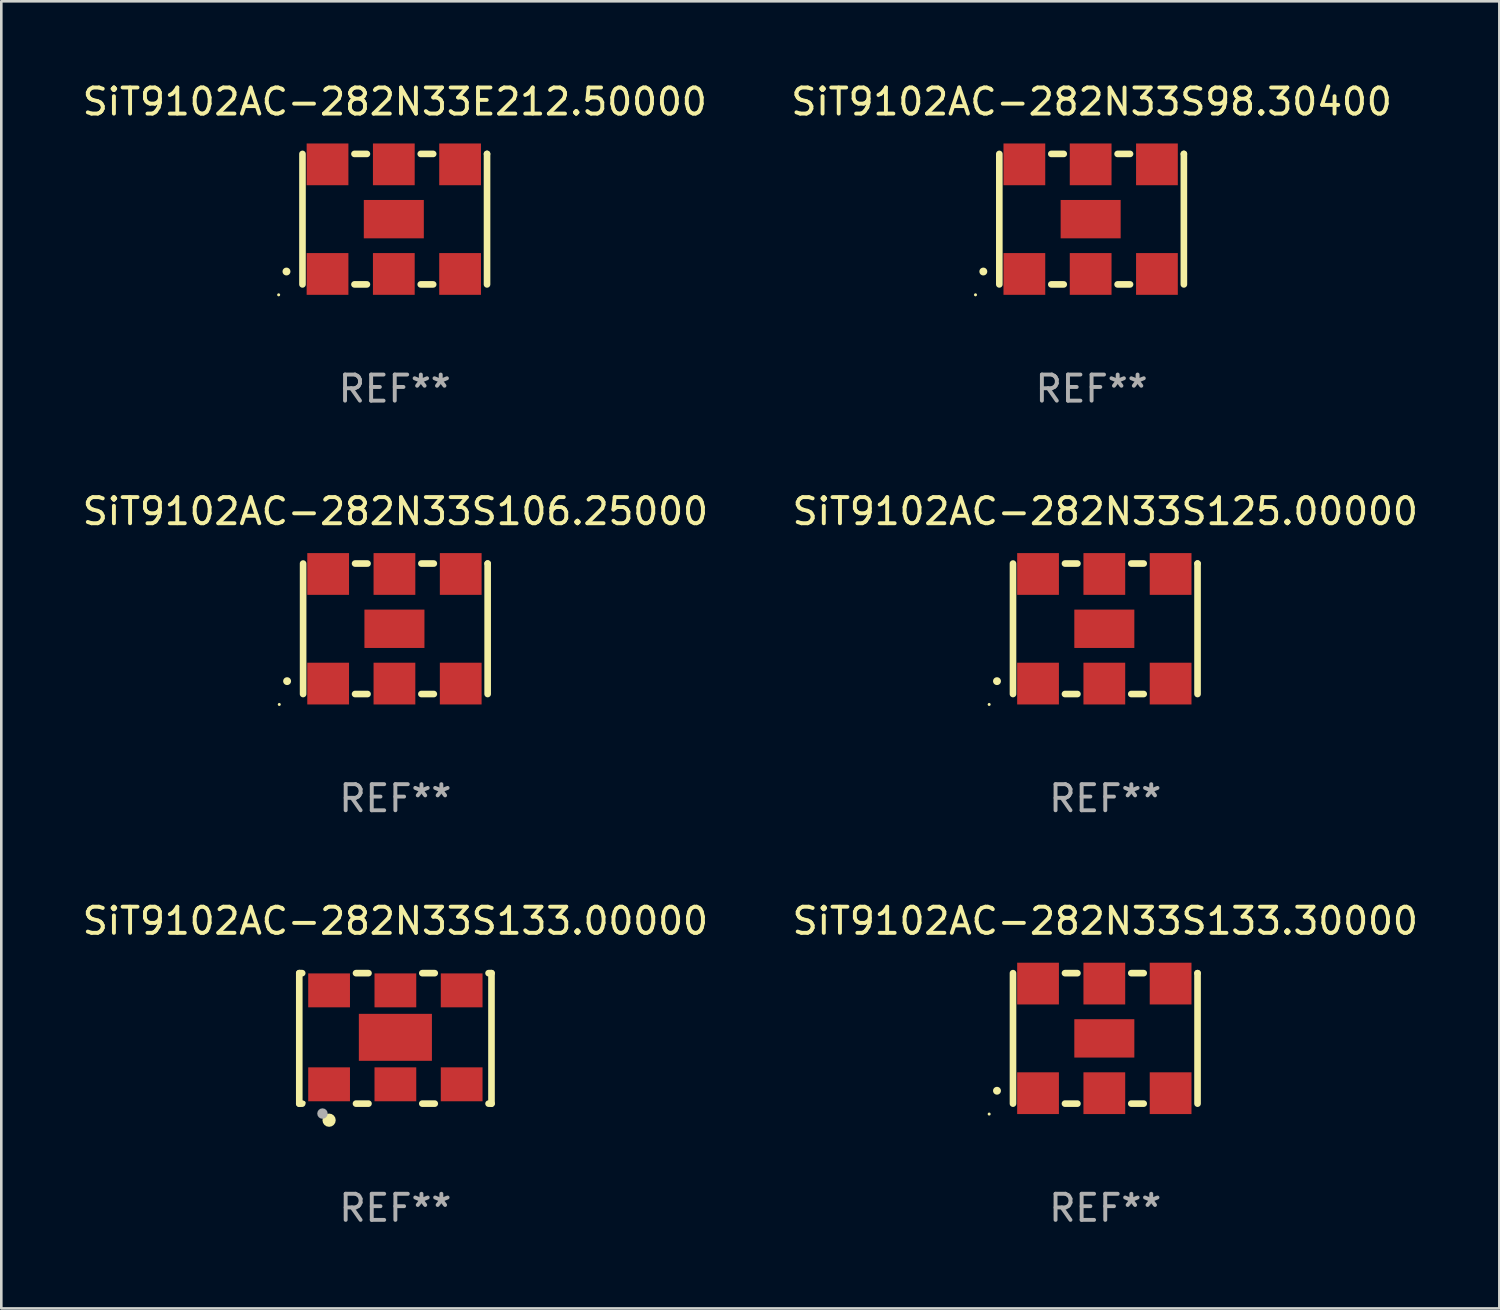
<source format=kicad_pcb>
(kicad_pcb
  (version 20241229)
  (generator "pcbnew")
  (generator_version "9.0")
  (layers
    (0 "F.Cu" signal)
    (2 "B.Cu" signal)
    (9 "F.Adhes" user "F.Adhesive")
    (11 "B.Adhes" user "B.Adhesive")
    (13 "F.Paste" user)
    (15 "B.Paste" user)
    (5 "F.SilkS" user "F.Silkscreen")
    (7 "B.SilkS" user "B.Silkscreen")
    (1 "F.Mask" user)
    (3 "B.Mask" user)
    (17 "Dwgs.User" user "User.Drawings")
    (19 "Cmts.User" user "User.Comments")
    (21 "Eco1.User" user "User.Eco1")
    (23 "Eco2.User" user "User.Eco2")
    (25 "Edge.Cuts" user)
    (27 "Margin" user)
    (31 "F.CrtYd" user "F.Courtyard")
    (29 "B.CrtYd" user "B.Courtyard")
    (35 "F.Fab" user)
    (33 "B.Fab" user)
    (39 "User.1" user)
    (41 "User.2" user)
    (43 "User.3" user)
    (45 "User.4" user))
  (footprint "SiT9102AC-282N33S106.25000"
    (layer "F.Cu")
    (at 12.101 21.045)
    (property "Reference" "SiT9102AC-282N33S106.25000" (at 0 -4.5 0) (layer "F.SilkS") (effects (font (size 1 1) (thickness 0.15))))
    (attr through_hole)
    (fp_line (start -3.536 -2.5) (end -3.536 2.5) (stroke (width 0.254) (type solid)) (layer "F.SilkS"))
    (fp_line (start -1.544 2.5) (end -1.067 2.5) (stroke (width 0.254) (type solid)) (layer "F.SilkS"))
    (fp_line (start -1.067 -2.5) (end -1.544 -2.5) (stroke (width 0.254) (type solid)) (layer "F.SilkS"))
    (fp_line (start 0.996 2.5) (end 1.473 2.5) (stroke (width 0.254) (type solid)) (layer "F.SilkS"))
    (fp_line (start 1.473 -2.5) (end 0.996 -2.5) (stroke (width 0.254) (type solid)) (layer "F.SilkS"))
    (fp_line (start 3.536 -2.5) (end 3.536 -2.5) (stroke (width 0.254) (type solid)) (layer "F.SilkS"))
    (fp_line (start 3.536 2.5) (end 3.536 -2.5) (stroke (width 0.254) (type solid)) (layer "F.SilkS"))
    (fp_arc (start -4.150432 2.006604) (mid -4.149162 2.006599) (end -4.147892 2.006604) (stroke (width 0.3) (type solid)) (layer "F.SilkS"))
    (fp_circle (center -4.449 2.9) (end -4.419 2.9) (stroke (width 0.06) (type solid)) (fill no) (layer "F.SilkS"))
    (fp_text user "REF**" (at 0 6.5 0) (layer "F.Fab") (effects (font (size 1 1) (thickness 0.15))))
    (pad "1" smd rect (at -2.576 2.1) (size 1.6 1.6) (layers "F.Cu" "F.Mask" "F.Paste"))
    (pad "2" smd rect (at -0.036 2.1) (size 1.6 1.6) (layers "F.Cu" "F.Mask" "F.Paste"))
    (pad "3" smd rect (at 2.504 2.1) (size 1.6 1.6) (layers "F.Cu" "F.Mask" "F.Paste"))
    (pad "4" smd rect (at 2.504 -2.1) (size 1.6 1.6) (layers "F.Cu" "F.Mask" "F.Paste"))
    (pad "5" smd rect (at -0.036 -2.1) (size 1.6 1.6) (layers "F.Cu" "F.Mask" "F.Paste"))
    (pad "6" smd rect (at -2.576 -2.1) (size 1.6 1.6) (layers "F.Cu" "F.Mask" "F.Paste"))
    (pad "7" smd rect (at -0.036 0) (size 2.3 1.47) (layers "F.Cu" "F.Mask" "F.Paste")))
  (footprint "SiT9102AC-282N33S125.00000"
    (layer "F.Cu")
    (at 39.304 21.045)
    (property "Reference" "SiT9102AC-282N33S125.00000" (at 0 -4.5 0) (layer "F.SilkS") (effects (font (size 1 1) (thickness 0.15))))
    (attr through_hole)
    (fp_line (start -3.536 -2.5) (end -3.536 2.5) (stroke (width 0.254) (type solid)) (layer "F.SilkS"))
    (fp_line (start -1.544 2.5) (end -1.067 2.5) (stroke (width 0.254) (type solid)) (layer "F.SilkS"))
    (fp_line (start -1.067 -2.5) (end -1.544 -2.5) (stroke (width 0.254) (type solid)) (layer "F.SilkS"))
    (fp_line (start 0.996 2.5) (end 1.473 2.5) (stroke (width 0.254) (type solid)) (layer "F.SilkS"))
    (fp_line (start 1.473 -2.5) (end 0.996 -2.5) (stroke (width 0.254) (type solid)) (layer "F.SilkS"))
    (fp_line (start 3.536 -2.5) (end 3.536 -2.5) (stroke (width 0.254) (type solid)) (layer "F.SilkS"))
    (fp_line (start 3.536 2.5) (end 3.536 -2.5) (stroke (width 0.254) (type solid)) (layer "F.SilkS"))
    (fp_arc (start -4.150432 2.006604) (mid -4.149162 2.006599) (end -4.147892 2.006604) (stroke (width 0.3) (type solid)) (layer "F.SilkS"))
    (fp_circle (center -4.449 2.9) (end -4.419 2.9) (stroke (width 0.06) (type solid)) (fill no) (layer "F.SilkS"))
    (fp_text user "REF**" (at 0 6.5 0) (layer "F.Fab") (effects (font (size 1 1) (thickness 0.15))))
    (pad "1" smd rect (at -2.576 2.1) (size 1.6 1.6) (layers "F.Cu" "F.Mask" "F.Paste"))
    (pad "2" smd rect (at -0.036 2.1) (size 1.6 1.6) (layers "F.Cu" "F.Mask" "F.Paste"))
    (pad "3" smd rect (at 2.504 2.1) (size 1.6 1.6) (layers "F.Cu" "F.Mask" "F.Paste"))
    (pad "4" smd rect (at 2.504 -2.1) (size 1.6 1.6) (layers "F.Cu" "F.Mask" "F.Paste"))
    (pad "5" smd rect (at -0.036 -2.1) (size 1.6 1.6) (layers "F.Cu" "F.Mask" "F.Paste"))
    (pad "6" smd rect (at -2.576 -2.1) (size 1.6 1.6) (layers "F.Cu" "F.Mask" "F.Paste"))
    (pad "7" smd rect (at -0.036 0) (size 2.3 1.47) (layers "F.Cu" "F.Mask" "F.Paste")))
  (footprint "SiT9102AC-282N33S98.30400"
    (layer "F.Cu")
    (at 38.78 5.348)
    (property "Reference" "SiT9102AC-282N33S98.30400" (at 0 -4.5 0) (layer "F.SilkS") (effects (font (size 1 1) (thickness 0.15))))
    (attr through_hole)
    (fp_line (start -3.536 -2.5) (end -3.536 2.5) (stroke (width 0.254) (type solid)) (layer "F.SilkS"))
    (fp_line (start -1.544 2.5) (end -1.067 2.5) (stroke (width 0.254) (type solid)) (layer "F.SilkS"))
    (fp_line (start -1.067 -2.5) (end -1.544 -2.5) (stroke (width 0.254) (type solid)) (layer "F.SilkS"))
    (fp_line (start 0.996 2.5) (end 1.473 2.5) (stroke (width 0.254) (type solid)) (layer "F.SilkS"))
    (fp_line (start 1.473 -2.5) (end 0.996 -2.5) (stroke (width 0.254) (type solid)) (layer "F.SilkS"))
    (fp_line (start 3.536 -2.5) (end 3.536 -2.5) (stroke (width 0.254) (type solid)) (layer "F.SilkS"))
    (fp_line (start 3.536 2.5) (end 3.536 -2.5) (stroke (width 0.254) (type solid)) (layer "F.SilkS"))
    (fp_arc (start -4.150432 2.006604) (mid -4.149162 2.006599) (end -4.147892 2.006604) (stroke (width 0.3) (type solid)) (layer "F.SilkS"))
    (fp_circle (center -4.449 2.9) (end -4.419 2.9) (stroke (width 0.06) (type solid)) (fill no) (layer "F.SilkS"))
    (fp_text user "REF**" (at 0 6.5 0) (layer "F.Fab") (effects (font (size 1 1) (thickness 0.15))))
    (pad "1" smd rect (at -2.576 2.1) (size 1.6 1.6) (layers "F.Cu" "F.Mask" "F.Paste"))
    (pad "2" smd rect (at -0.036 2.1) (size 1.6 1.6) (layers "F.Cu" "F.Mask" "F.Paste"))
    (pad "3" smd rect (at 2.504 2.1) (size 1.6 1.6) (layers "F.Cu" "F.Mask" "F.Paste"))
    (pad "4" smd rect (at 2.504 -2.1) (size 1.6 1.6) (layers "F.Cu" "F.Mask" "F.Paste"))
    (pad "5" smd rect (at -0.036 -2.1) (size 1.6 1.6) (layers "F.Cu" "F.Mask" "F.Paste"))
    (pad "6" smd rect (at -2.576 -2.1) (size 1.6 1.6) (layers "F.Cu" "F.Mask" "F.Paste"))
    (pad "7" smd rect (at -0.036 0) (size 2.3 1.47) (layers "F.Cu" "F.Mask" "F.Paste")))
  (footprint "SiT9102AC-282N33E212.50000"
    (layer "F.Cu")
    (at 12.077 5.348)
    (property "Reference" "SiT9102AC-282N33E212.50000" (at 0 -4.5 0) (layer "F.SilkS") (effects (font (size 1 1) (thickness 0.15))))
    (attr through_hole)
    (fp_line (start -3.536 -2.5) (end -3.536 2.5) (stroke (width 0.254) (type solid)) (layer "F.SilkS"))
    (fp_line (start -1.544 2.5) (end -1.067 2.5) (stroke (width 0.254) (type solid)) (layer "F.SilkS"))
    (fp_line (start -1.067 -2.5) (end -1.544 -2.5) (stroke (width 0.254) (type solid)) (layer "F.SilkS"))
    (fp_line (start 0.996 2.5) (end 1.473 2.5) (stroke (width 0.254) (type solid)) (layer "F.SilkS"))
    (fp_line (start 1.473 -2.5) (end 0.996 -2.5) (stroke (width 0.254) (type solid)) (layer "F.SilkS"))
    (fp_line (start 3.536 -2.5) (end 3.536 -2.5) (stroke (width 0.254) (type solid)) (layer "F.SilkS"))
    (fp_line (start 3.536 2.5) (end 3.536 -2.5) (stroke (width 0.254) (type solid)) (layer "F.SilkS"))
    (fp_arc (start -4.150432 2.006604) (mid -4.149162 2.006599) (end -4.147892 2.006604) (stroke (width 0.3) (type solid)) (layer "F.SilkS"))
    (fp_circle (center -4.449 2.9) (end -4.419 2.9) (stroke (width 0.06) (type solid)) (fill no) (layer "F.SilkS"))
    (fp_text user "REF**" (at 0 6.5 0) (layer "F.Fab") (effects (font (size 1 1) (thickness 0.15))))
    (pad "1" smd rect (at -2.576 2.1) (size 1.6 1.6) (layers "F.Cu" "F.Mask" "F.Paste"))
    (pad "2" smd rect (at -0.036 2.1) (size 1.6 1.6) (layers "F.Cu" "F.Mask" "F.Paste"))
    (pad "3" smd rect (at 2.504 2.1) (size 1.6 1.6) (layers "F.Cu" "F.Mask" "F.Paste"))
    (pad "4" smd rect (at 2.504 -2.1) (size 1.6 1.6) (layers "F.Cu" "F.Mask" "F.Paste"))
    (pad "5" smd rect (at -0.036 -2.1) (size 1.6 1.6) (layers "F.Cu" "F.Mask" "F.Paste"))
    (pad "6" smd rect (at -2.576 -2.1) (size 1.6 1.6) (layers "F.Cu" "F.Mask" "F.Paste"))
    (pad "7" smd rect (at -0.036 0) (size 2.3 1.47) (layers "F.Cu" "F.Mask" "F.Paste")))
  (footprint "SiT9102AC-282N33S133.30000"
    (layer "F.Cu")
    (at 39.304 36.741)
    (property "Reference" "SiT9102AC-282N33S133.30000" (at 0 -4.5 0) (layer "F.SilkS") (effects (font (size 1 1) (thickness 0.15))))
    (attr through_hole)
    (fp_line (start -3.536 -2.5) (end -3.536 2.5) (stroke (width 0.254) (type solid)) (layer "F.SilkS"))
    (fp_line (start -1.544 2.5) (end -1.067 2.5) (stroke (width 0.254) (type solid)) (layer "F.SilkS"))
    (fp_line (start -1.067 -2.5) (end -1.544 -2.5) (stroke (width 0.254) (type solid)) (layer "F.SilkS"))
    (fp_line (start 0.996 2.5) (end 1.473 2.5) (stroke (width 0.254) (type solid)) (layer "F.SilkS"))
    (fp_line (start 1.473 -2.5) (end 0.996 -2.5) (stroke (width 0.254) (type solid)) (layer "F.SilkS"))
    (fp_line (start 3.536 -2.5) (end 3.536 -2.5) (stroke (width 0.254) (type solid)) (layer "F.SilkS"))
    (fp_line (start 3.536 2.5) (end 3.536 -2.5) (stroke (width 0.254) (type solid)) (layer "F.SilkS"))
    (fp_arc (start -4.150432 2.006604) (mid -4.149162 2.006599) (end -4.147892 2.006604) (stroke (width 0.3) (type solid)) (layer "F.SilkS"))
    (fp_circle (center -4.449 2.9) (end -4.419 2.9) (stroke (width 0.06) (type solid)) (fill no) (layer "F.SilkS"))
    (fp_text user "REF**" (at 0 6.5 0) (layer "F.Fab") (effects (font (size 1 1) (thickness 0.15))))
    (pad "1" smd rect (at -2.576 2.1) (size 1.6 1.6) (layers "F.Cu" "F.Mask" "F.Paste"))
    (pad "2" smd rect (at -0.036 2.1) (size 1.6 1.6) (layers "F.Cu" "F.Mask" "F.Paste"))
    (pad "3" smd rect (at 2.504 2.1) (size 1.6 1.6) (layers "F.Cu" "F.Mask" "F.Paste"))
    (pad "4" smd rect (at 2.504 -2.1) (size 1.6 1.6) (layers "F.Cu" "F.Mask" "F.Paste"))
    (pad "5" smd rect (at -0.036 -2.1) (size 1.6 1.6) (layers "F.Cu" "F.Mask" "F.Paste"))
    (pad "6" smd rect (at -2.576 -2.1) (size 1.6 1.6) (layers "F.Cu" "F.Mask" "F.Paste"))
    (pad "7" smd rect (at -0.036 0) (size 2.3 1.47) (layers "F.Cu" "F.Mask" "F.Paste")))
  (footprint "SiT9102AC-282N33S133.00000"
    (layer "F.Cu")
    (at 12.101 36.741)
    (property "Reference" "SiT9102AC-282N33S133.00000" (at 0 -4.5 0) (layer "F.SilkS") (effects (font (size 1 1) (thickness 0.15))))
    (attr through_hole)
    (fp_line (start -3.683 -2.5) (end -3.571 -2.5) (stroke (width 0.254) (type solid)) (layer "F.SilkS"))
    (fp_line (start -3.683 2.5) (end -3.683 -2.5) (stroke (width 0.254) (type solid)) (layer "F.SilkS"))
    (fp_line (start -3.683 2.5) (end -3.571 2.5) (stroke (width 0.254) (type solid)) (layer "F.SilkS"))
    (fp_line (start -1.509 -2.5) (end -1.031 -2.5) (stroke (width 0.254) (type solid)) (layer "F.SilkS"))
    (fp_line (start -1.509 2.5) (end -1.031 2.5) (stroke (width 0.254) (type solid)) (layer "F.SilkS"))
    (fp_line (start 1.031 -2.5) (end 1.509 -2.5) (stroke (width 0.254) (type solid)) (layer "F.SilkS"))
    (fp_line (start 1.031 2.5) (end 1.509 2.5) (stroke (width 0.254) (type solid)) (layer "F.SilkS"))
    (fp_line (start 3.571 -2.5) (end 3.683 -2.5) (stroke (width 0.254) (type solid)) (layer "F.SilkS"))
    (fp_line (start 3.571 2.5) (end 3.683 2.5) (stroke (width 0.254) (type solid)) (layer "F.SilkS"))
    (fp_line (start 3.683 2.5) (end 3.683 -2.5) (stroke (width 0.254) (type solid)) (layer "F.SilkS"))
    (fp_circle (center -3.5 2.46) (end -3.47 2.46) (stroke (width 0.06) (type solid)) (fill no) (layer "F.SilkS"))
    (fp_circle (center -2.54 3.135) (end -2.413 3.135) (stroke (width 0.254) (type solid)) (fill no) (layer "F.SilkS"))
    (fp_circle (center -2.794 2.881) (end -2.694 2.881) (stroke (width 0.2) (type solid)) (fill no) (layer "F.Fab"))
    (fp_text user "REF**" (at 0 6.5 0) (layer "F.Fab") (effects (font (size 1 1) (thickness 0.15))))
    (pad "1" smd rect (at -2.54 1.76) (size 1.6 1.3) (layers "F.Cu" "F.Mask" "F.Paste"))
    (pad "2" smd rect (at 0 1.76) (size 1.6 1.3) (layers "F.Cu" "F.Mask" "F.Paste"))
    (pad "3" smd rect (at 2.54 1.76) (size 1.6 1.3) (layers "F.Cu" "F.Mask" "F.Paste"))
    (pad "4" smd rect (at 2.54 -1.84) (size 1.6 1.3) (layers "F.Cu" "F.Mask" "F.Paste"))
    (pad "5" smd rect (at 0 -1.84) (size 1.6 1.3) (layers "F.Cu" "F.Mask" "F.Paste"))
    (pad "6" smd rect (at -2.54 -1.84) (size 1.6 1.3) (layers "F.Cu" "F.Mask" "F.Paste"))
    (pad "7" smd rect (at 0 -0.04) (size 2.8 1.8) (layers "F.Cu" "F.Mask" "F.Paste")))
  (gr_rect
    (start -3 -3)
    (end 54.405 47.09)
    (stroke (width 0.1) (type default))
    (fill no)
    (layer "Edge.Cuts")))
</source>
